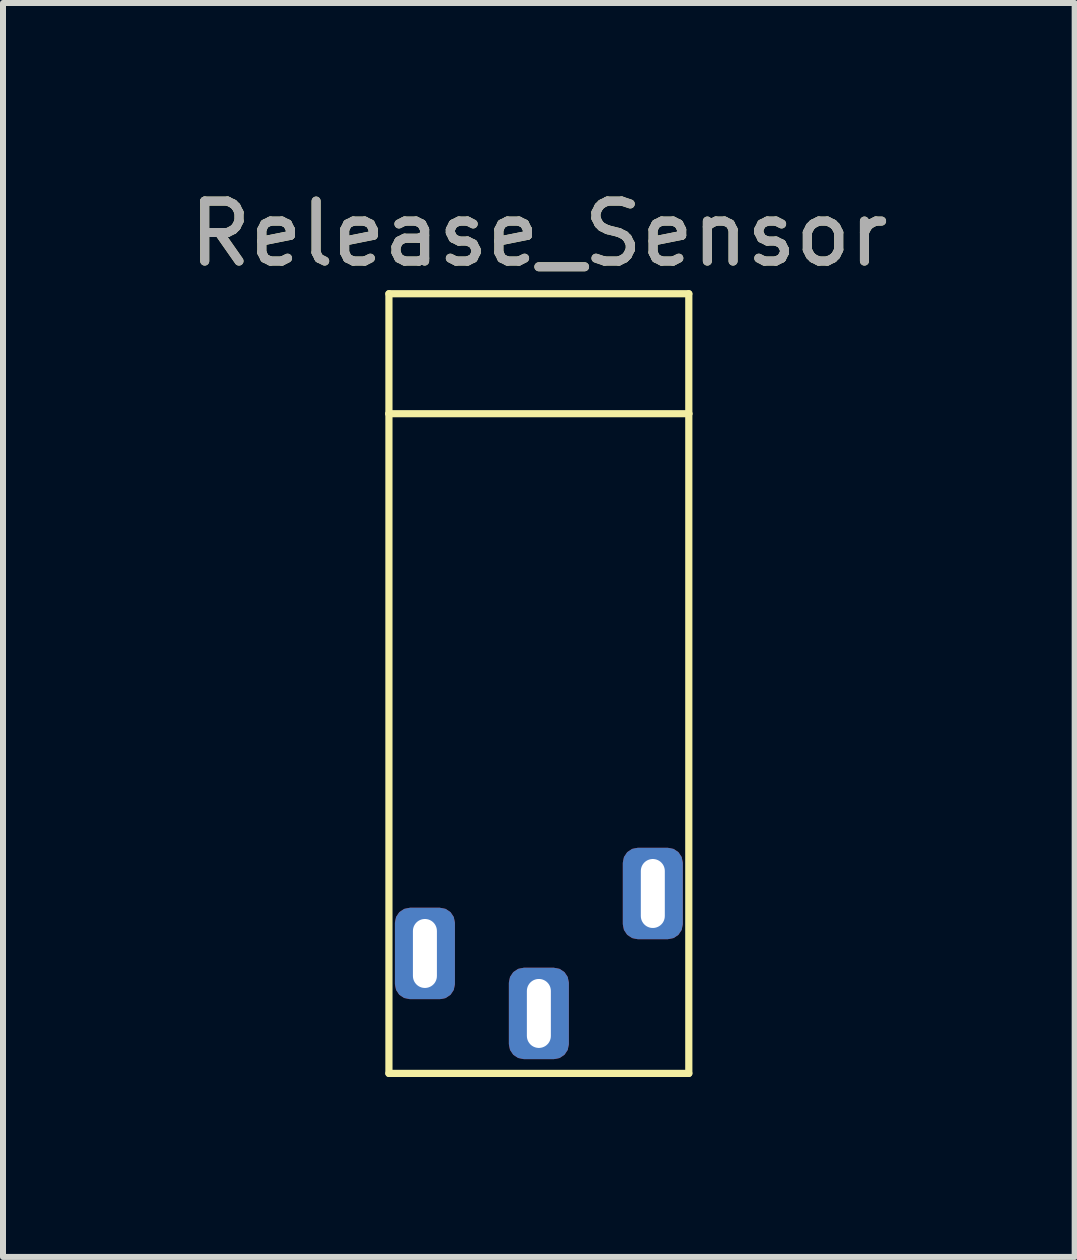
<source format=kicad_pcb>
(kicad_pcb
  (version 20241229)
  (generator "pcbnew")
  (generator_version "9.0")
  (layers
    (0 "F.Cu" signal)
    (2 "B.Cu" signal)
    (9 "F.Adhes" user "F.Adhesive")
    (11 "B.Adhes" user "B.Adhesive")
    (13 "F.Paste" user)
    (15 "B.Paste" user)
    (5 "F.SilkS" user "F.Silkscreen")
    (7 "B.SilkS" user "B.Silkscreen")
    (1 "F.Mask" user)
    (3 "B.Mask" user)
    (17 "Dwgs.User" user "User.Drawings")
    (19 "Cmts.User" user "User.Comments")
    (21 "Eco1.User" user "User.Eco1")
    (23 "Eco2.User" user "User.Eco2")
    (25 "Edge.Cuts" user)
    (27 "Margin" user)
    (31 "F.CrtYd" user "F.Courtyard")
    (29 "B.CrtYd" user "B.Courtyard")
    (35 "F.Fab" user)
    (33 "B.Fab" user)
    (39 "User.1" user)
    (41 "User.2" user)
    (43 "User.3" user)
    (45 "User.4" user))
  (footprint "Release_Sensor"
    (layer "F.Cu")
    (at 5.935 9.348)
    (property "Reference" "Release_Sensor" (at 0 -8.5 0) (unlocked yes) (layer "F.SilkS") (effects (font (size 1 1) (thickness 0.15))))
    (attr through_hole)
    (fp_line (start -2.5 -7.5) (end 2.5 -7.5) (stroke (width 0.12) (type solid)) (layer "F.SilkS"))
    (fp_line (start -2.5 -5.5) (end -2.5 -7.5) (stroke (width 0.12) (type solid)) (layer "F.SilkS"))
    (fp_line (start -2.5 -5.5) (end -2.5 5.5) (stroke (width 0.12) (type solid)) (layer "F.SilkS"))
    (fp_line (start -2.5 5.5) (end 2.5 5.5) (stroke (width 0.12) (type solid)) (layer "F.SilkS"))
    (fp_line (start 2.5 -7.5) (end 2.5 -5.5) (stroke (width 0.12) (type solid)) (layer "F.SilkS"))
    (fp_line (start 2.5 -5.5) (end -2.5 -5.5) (stroke (width 0.12) (type solid)) (layer "F.SilkS"))
    (fp_line (start 2.5 5.5) (end 2.5 -5.5) (stroke (width 0.12) (type solid)) (layer "F.SilkS"))
    (fp_text user "${REFERENCE}" (at 0 -8.5 0) (unlocked yes) (layer "F.Fab") (effects (font (size 1 1) (thickness 0.15))))
    (pad "1" thru_hole roundrect (at 1.9 2.5) (size 1 1.524) (drill oval 0.4 1.15) (layers "*.Cu" "*.Mask") (roundrect_rratio 0.25))
    (pad "2" thru_hole roundrect (at 0 4.5) (size 1 1.524) (drill oval 0.4 1.15) (layers "*.Cu" "*.Mask") (roundrect_rratio 0.25))
    (pad "3" thru_hole roundrect (at -1.9 3.5) (size 1 1.524) (drill oval 0.4 1.15) (layers "*.Cu" "*.Mask") (roundrect_rratio 0.25)))
  (gr_rect
    (start -3 -3)
    (end 14.869 17.908)
    (stroke (width 0.1) (type default))
    (fill no)
    (layer "Edge.Cuts")))
</source>
